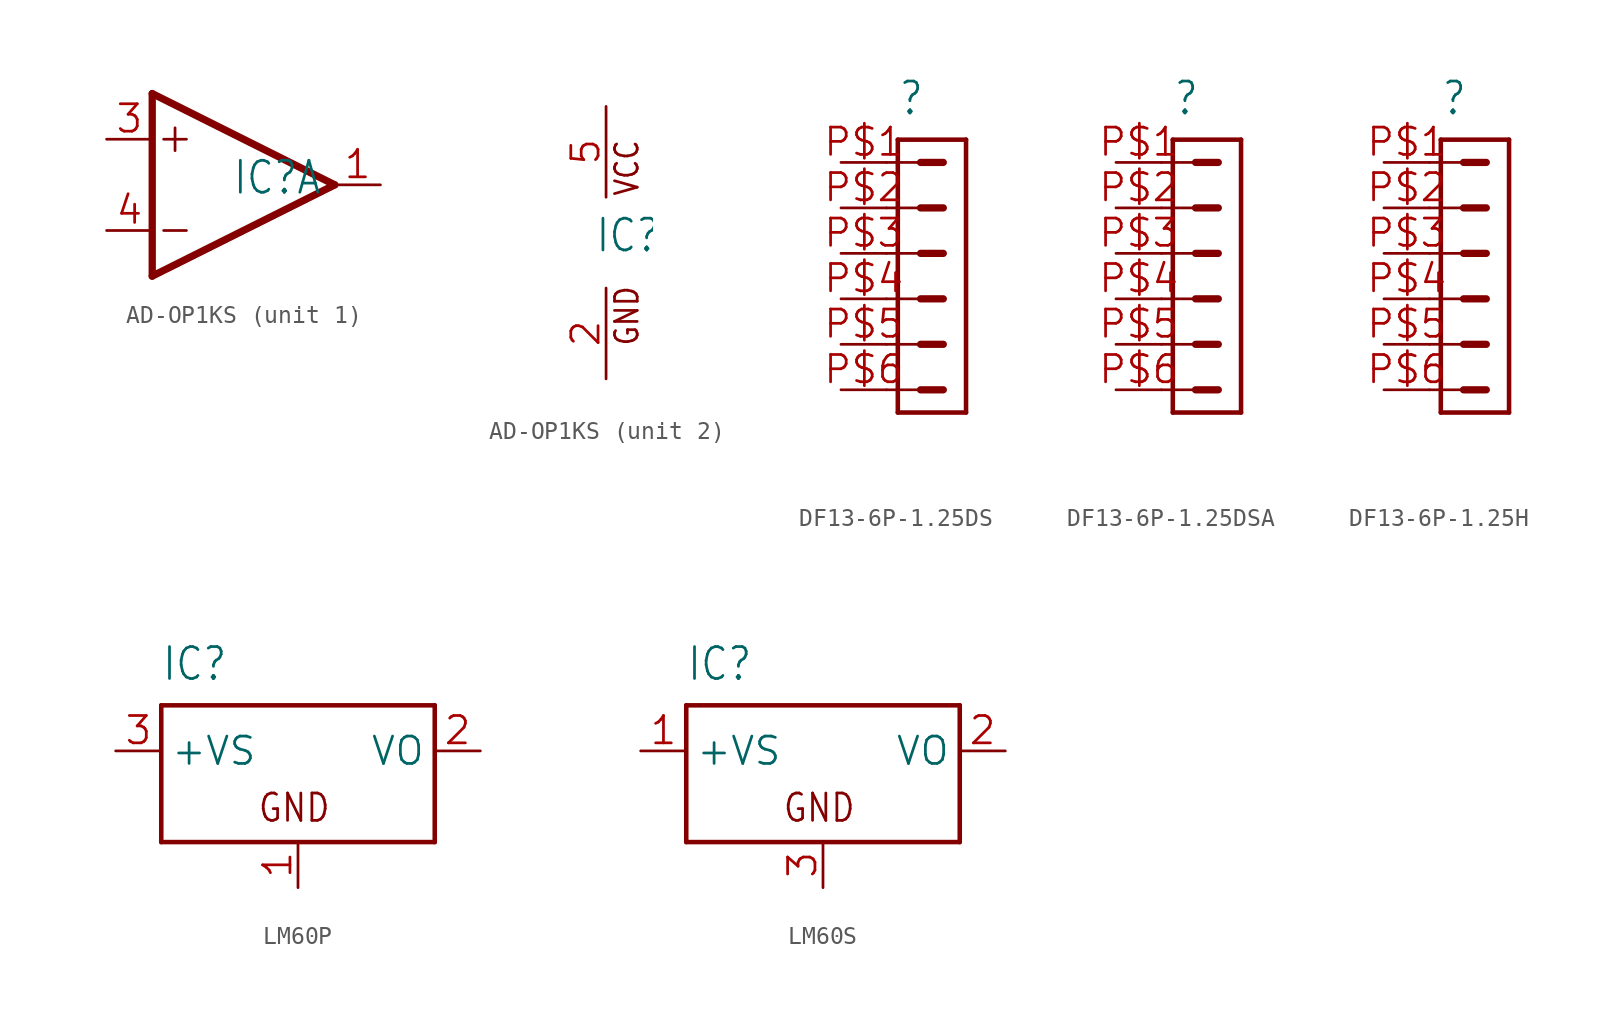
<source format=kicad_sym>
(kicad_symbol_lib
  (version 20241209)
  (generator "kicad_symbol_editor")
  (generator_version "9.0")
  (symbol "AD-OP1KS"
    (property "Reference" "IC"
      (at -0.635 -0.635 0)
      (effects (font (size 1.778 1.511)) (justify left bottom)))
    (property "ki_locked" ""
      (at 0 0 0)
      (effects (font (size 1.27 1.27))))
    (symbol "AD-OP1KS_1_0"
      (polyline (pts (xy -5.08 5.08) (xy -5.08 -5.08)) (stroke (width 0.406) (type solid)) (fill (type none)))
      (polyline (pts (xy -5.08 -5.08) (xy 5.08 0)) (stroke (width 0.406) (type solid)) (fill (type none)))
      (polyline (pts (xy -4.445 2.54) (xy -3.175 2.54)) (stroke (width 0.152) (type solid)) (fill (type none)))
      (polyline (pts (xy -4.445 -2.54) (xy -3.175 -2.54)) (stroke (width 0.152) (type solid)) (fill (type none)))
      (polyline (pts (xy -3.81 3.175) (xy -3.81 1.905)) (stroke (width 0.152) (type solid)) (fill (type none)))
      (polyline (pts (xy 5.08 0) (xy -5.08 5.08)) (stroke (width 0.406) (type solid)) (fill (type none)))
      (pin input line (at -7.62 2.54 0) (length 2.54) (name "+IN" (effects (font (size 0 0)))) (number "3" (effects (font (size 1.524 1.524)))))
      (pin input line (at -7.62 -2.54 0) (length 2.54) (name "-IN" (effects (font (size 0 0)))) (number "4" (effects (font (size 1.524 1.524)))))
      (pin output line (at 7.62 0 180) (length 2.54) (name "OUT" (effects (font (size 0 0)))) (number "1" (effects (font (size 1.524 1.524))))))
    (symbol "AD-OP1KS_2_0"
      (text "VCC" (at 1.905 2.54 900) (effects (font (size 1.27 1.079)) (justify left bottom)))
      (text "GND" (at 1.905 -5.842 900) (effects (font (size 1.27 1.079)) (justify left bottom)))
      (pin power_in line (at 0 7.62 270) (length 5.08) (name "VCC" (effects (font (size 0 0)))) (number "5" (effects (font (size 1.524 1.524)))))
      (pin power_in line (at 0 -7.62 90) (length 5.08) (name "GND" (effects (font (size 0 0)))) (number "2" (effects (font (size 1.524 1.524)))))))
  (symbol "DF13-6P-1.25DS"
    (property "Reference" ""
      (at -1.905 7.62 0)
      (effects (font (size 1.778 1.511)) (justify left bottom)))
    (property "Value" ""
      (at -1.905 -11.748 0)
      (effects (font (size 1.778 1.511)) (justify left bottom)))
    (property "ki_locked" ""
      (at 0 0 0)
      (effects (font (size 1.27 1.27))))
    (symbol "DF13-6P-1.25DS_1_0"
      (polyline (pts (xy -2.54 5.08) (xy -0.635 5.08)) (stroke (width 0.152) (type solid)) (fill (type none)))
      (polyline (pts (xy -2.54 2.54) (xy -0.635 2.54)) (stroke (width 0.152) (type solid)) (fill (type none)))
      (polyline (pts (xy -2.54 0) (xy -0.635 0)) (stroke (width 0.152) (type solid)) (fill (type none)))
      (polyline (pts (xy -2.54 -2.54) (xy -0.635 -2.54)) (stroke (width 0.152) (type solid)) (fill (type none)))
      (polyline (pts (xy -2.54 -5.08) (xy -0.635 -5.08)) (stroke (width 0.152) (type solid)) (fill (type none)))
      (polyline (pts (xy -2.54 -7.62) (xy -0.635 -7.62)) (stroke (width 0.152) (type solid)) (fill (type none)))
      (polyline (pts (xy -1.905 -8.89) (xy -1.905 6.35)) (stroke (width 0.254) (type solid)) (fill (type none)))
      (polyline (pts (xy -1.905 -8.89) (xy 1.905 -8.89)) (stroke (width 0.254) (type solid)) (fill (type none)))
      (polyline (pts (xy -0.635 5.08) (xy 0.635 5.08)) (stroke (width 0.406) (type solid)) (fill (type none)))
      (polyline (pts (xy -0.635 2.54) (xy 0.635 2.54)) (stroke (width 0.406) (type solid)) (fill (type none)))
      (polyline (pts (xy -0.635 0) (xy 0.635 0)) (stroke (width 0.406) (type solid)) (fill (type none)))
      (polyline (pts (xy -0.635 -2.54) (xy 0.635 -2.54)) (stroke (width 0.406) (type solid)) (fill (type none)))
      (polyline (pts (xy -0.635 -5.08) (xy 0.635 -5.08)) (stroke (width 0.406) (type solid)) (fill (type none)))
      (polyline (pts (xy -0.635 -7.62) (xy 0.635 -7.62)) (stroke (width 0.406) (type solid)) (fill (type none)))
      (polyline (pts (xy 1.905 6.35) (xy -1.905 6.35)) (stroke (width 0.254) (type solid)) (fill (type none)))
      (polyline (pts (xy 1.905 6.35) (xy 1.905 -8.89)) (stroke (width 0.254) (type solid)) (fill (type none)))
      (pin passive line (at -5.08 5.08 0) (length 2.54) (name "1" (effects (font (size 0 0)))) (number "P$1" (effects (font (size 1.524 1.524)))))
      (pin passive line (at -5.08 2.54 0) (length 2.54) (name "2" (effects (font (size 0 0)))) (number "P$2" (effects (font (size 1.524 1.524)))))
      (pin passive line (at -5.08 0 0) (length 2.54) (name "3" (effects (font (size 0 0)))) (number "P$3" (effects (font (size 1.524 1.524)))))
      (pin passive line (at -5.08 -2.54 0) (length 2.54) (name "4" (effects (font (size 0 0)))) (number "P$4" (effects (font (size 1.524 1.524)))))
      (pin passive line (at -5.08 -5.08 0) (length 2.54) (name "5" (effects (font (size 0 0)))) (number "P$5" (effects (font (size 1.524 1.524)))))
      (pin passive line (at -5.08 -7.62 0) (length 2.54) (name "6" (effects (font (size 0 0)))) (number "P$6" (effects (font (size 1.524 1.524)))))))
  (symbol "DF13-6P-1.25DSA"
    (property "Reference" ""
      (at -1.905 7.62 0)
      (effects (font (size 1.778 1.511)) (justify left bottom)))
    (property "Value" ""
      (at -1.905 -11.748 0)
      (effects (font (size 1.778 1.511)) (justify left bottom)))
    (property "ki_locked" ""
      (at 0 0 0)
      (effects (font (size 1.27 1.27))))
    (symbol "DF13-6P-1.25DSA_1_0"
      (polyline (pts (xy -2.54 5.08) (xy -0.635 5.08)) (stroke (width 0.152) (type solid)) (fill (type none)))
      (polyline (pts (xy -2.54 2.54) (xy -0.635 2.54)) (stroke (width 0.152) (type solid)) (fill (type none)))
      (polyline (pts (xy -2.54 0) (xy -0.635 0)) (stroke (width 0.152) (type solid)) (fill (type none)))
      (polyline (pts (xy -2.54 -2.54) (xy -0.635 -2.54)) (stroke (width 0.152) (type solid)) (fill (type none)))
      (polyline (pts (xy -2.54 -5.08) (xy -0.635 -5.08)) (stroke (width 0.152) (type solid)) (fill (type none)))
      (polyline (pts (xy -2.54 -7.62) (xy -0.635 -7.62)) (stroke (width 0.152) (type solid)) (fill (type none)))
      (polyline (pts (xy -1.905 -8.89) (xy -1.905 6.35)) (stroke (width 0.254) (type solid)) (fill (type none)))
      (polyline (pts (xy -1.905 -8.89) (xy 1.905 -8.89)) (stroke (width 0.254) (type solid)) (fill (type none)))
      (polyline (pts (xy -0.635 5.08) (xy 0.635 5.08)) (stroke (width 0.406) (type solid)) (fill (type none)))
      (polyline (pts (xy -0.635 2.54) (xy 0.635 2.54)) (stroke (width 0.406) (type solid)) (fill (type none)))
      (polyline (pts (xy -0.635 0) (xy 0.635 0)) (stroke (width 0.406) (type solid)) (fill (type none)))
      (polyline (pts (xy -0.635 -2.54) (xy 0.635 -2.54)) (stroke (width 0.406) (type solid)) (fill (type none)))
      (polyline (pts (xy -0.635 -5.08) (xy 0.635 -5.08)) (stroke (width 0.406) (type solid)) (fill (type none)))
      (polyline (pts (xy -0.635 -7.62) (xy 0.635 -7.62)) (stroke (width 0.406) (type solid)) (fill (type none)))
      (polyline (pts (xy 1.905 6.35) (xy -1.905 6.35)) (stroke (width 0.254) (type solid)) (fill (type none)))
      (polyline (pts (xy 1.905 6.35) (xy 1.905 -8.89)) (stroke (width 0.254) (type solid)) (fill (type none)))
      (pin passive line (at -5.08 5.08 0) (length 2.54) (name "1" (effects (font (size 0 0)))) (number "P$1" (effects (font (size 1.524 1.524)))))
      (pin passive line (at -5.08 2.54 0) (length 2.54) (name "2" (effects (font (size 0 0)))) (number "P$2" (effects (font (size 1.524 1.524)))))
      (pin passive line (at -5.08 0 0) (length 2.54) (name "3" (effects (font (size 0 0)))) (number "P$3" (effects (font (size 1.524 1.524)))))
      (pin passive line (at -5.08 -2.54 0) (length 2.54) (name "4" (effects (font (size 0 0)))) (number "P$4" (effects (font (size 1.524 1.524)))))
      (pin passive line (at -5.08 -5.08 0) (length 2.54) (name "5" (effects (font (size 0 0)))) (number "P$5" (effects (font (size 1.524 1.524)))))
      (pin passive line (at -5.08 -7.62 0) (length 2.54) (name "6" (effects (font (size 0 0)))) (number "P$6" (effects (font (size 1.524 1.524)))))))
  (symbol "DF13-6P-1.25H"
    (property "Reference" ""
      (at -1.905 7.62 0)
      (effects (font (size 1.778 1.511)) (justify left bottom)))
    (property "Value" ""
      (at -1.905 -11.748 0)
      (effects (font (size 1.778 1.511)) (justify left bottom)))
    (property "ki_locked" ""
      (at 0 0 0)
      (effects (font (size 1.27 1.27))))
    (symbol "DF13-6P-1.25H_1_0"
      (polyline (pts (xy -2.54 5.08) (xy -0.635 5.08)) (stroke (width 0.152) (type solid)) (fill (type none)))
      (polyline (pts (xy -2.54 2.54) (xy -0.635 2.54)) (stroke (width 0.152) (type solid)) (fill (type none)))
      (polyline (pts (xy -2.54 0) (xy -0.635 0)) (stroke (width 0.152) (type solid)) (fill (type none)))
      (polyline (pts (xy -2.54 -2.54) (xy -0.635 -2.54)) (stroke (width 0.152) (type solid)) (fill (type none)))
      (polyline (pts (xy -2.54 -5.08) (xy -0.635 -5.08)) (stroke (width 0.152) (type solid)) (fill (type none)))
      (polyline (pts (xy -2.54 -7.62) (xy -0.635 -7.62)) (stroke (width 0.152) (type solid)) (fill (type none)))
      (polyline (pts (xy -1.905 -8.89) (xy -1.905 6.35)) (stroke (width 0.254) (type solid)) (fill (type none)))
      (polyline (pts (xy -1.905 -8.89) (xy 1.905 -8.89)) (stroke (width 0.254) (type solid)) (fill (type none)))
      (polyline (pts (xy -0.635 5.08) (xy 0.635 5.08)) (stroke (width 0.406) (type solid)) (fill (type none)))
      (polyline (pts (xy -0.635 2.54) (xy 0.635 2.54)) (stroke (width 0.406) (type solid)) (fill (type none)))
      (polyline (pts (xy -0.635 0) (xy 0.635 0)) (stroke (width 0.406) (type solid)) (fill (type none)))
      (polyline (pts (xy -0.635 -2.54) (xy 0.635 -2.54)) (stroke (width 0.406) (type solid)) (fill (type none)))
      (polyline (pts (xy -0.635 -5.08) (xy 0.635 -5.08)) (stroke (width 0.406) (type solid)) (fill (type none)))
      (polyline (pts (xy -0.635 -7.62) (xy 0.635 -7.62)) (stroke (width 0.406) (type solid)) (fill (type none)))
      (polyline (pts (xy 1.905 6.35) (xy -1.905 6.35)) (stroke (width 0.254) (type solid)) (fill (type none)))
      (polyline (pts (xy 1.905 6.35) (xy 1.905 -8.89)) (stroke (width 0.254) (type solid)) (fill (type none)))
      (pin passive line (at -5.08 5.08 0) (length 2.54) (name "1" (effects (font (size 0 0)))) (number "P$1" (effects (font (size 1.524 1.524)))))
      (pin passive line (at -5.08 2.54 0) (length 2.54) (name "2" (effects (font (size 0 0)))) (number "P$2" (effects (font (size 1.524 1.524)))))
      (pin passive line (at -5.08 0 0) (length 2.54) (name "3" (effects (font (size 0 0)))) (number "P$3" (effects (font (size 1.524 1.524)))))
      (pin passive line (at -5.08 -2.54 0) (length 2.54) (name "4" (effects (font (size 0 0)))) (number "P$4" (effects (font (size 1.524 1.524)))))
      (pin passive line (at -5.08 -5.08 0) (length 2.54) (name "5" (effects (font (size 0 0)))) (number "P$5" (effects (font (size 1.524 1.524)))))
      (pin passive line (at -5.08 -7.62 0) (length 2.54) (name "6" (effects (font (size 0 0)))) (number "P$6" (effects (font (size 1.524 1.524)))))))
  (symbol "LM60P"
    (property "Reference" "IC"
      (at -7.62 3.81 0)
      (effects (font (size 1.778 1.511)) (justify left bottom)))
    (property "Value" ""
      (at 2.54 -7.62 0)
      (effects (font (size 1.778 1.511)) (justify left bottom)))
    (property "ki_locked" ""
      (at 0 0 0)
      (effects (font (size 1.27 1.27))))
    (symbol "LM60P_1_0"
      (polyline (pts (xy -7.62 2.54) (xy 7.62 2.54)) (stroke (width 0.254) (type solid)) (fill (type none)))
      (polyline (pts (xy -7.62 -5.08) (xy -7.62 2.54)) (stroke (width 0.254) (type solid)) (fill (type none)))
      (polyline (pts (xy 7.62 2.54) (xy 7.62 -5.08)) (stroke (width 0.254) (type solid)) (fill (type none)))
      (polyline (pts (xy 7.62 -5.08) (xy -7.62 -5.08)) (stroke (width 0.254) (type solid)) (fill (type none)))
      (text "GND" (at -2.286 -4.064 0) (effects (font (size 1.524 1.295)) (justify left bottom)))
      (pin input line (at -10.16 0 0) (length 2.54) (name "+VS" (effects (font (size 1.524 1.524)))) (number "3" (effects (font (size 1.524 1.524)))))
      (pin power_in line (at 0 -7.62 90) (length 2.54) (name "GND" (effects (font (size 0 0)))) (number "1" (effects (font (size 1.524 1.524)))))
      (pin input line (at 10.16 0 180) (length 2.54) (name "VO" (effects (font (size 1.524 1.524)))) (number "2" (effects (font (size 1.524 1.524)))))))
  (symbol "LM60S"
    (property "Reference" "IC"
      (at -7.62 3.81 0)
      (effects (font (size 1.778 1.511)) (justify left bottom)))
    (property "Value" ""
      (at 2.54 -7.62 0)
      (effects (font (size 1.778 1.511)) (justify left bottom)))
    (property "ki_locked" ""
      (at 0 0 0)
      (effects (font (size 1.27 1.27))))
    (symbol "LM60S_1_0"
      (polyline (pts (xy -7.62 2.54) (xy 7.62 2.54)) (stroke (width 0.254) (type solid)) (fill (type none)))
      (polyline (pts (xy -7.62 -5.08) (xy -7.62 2.54)) (stroke (width 0.254) (type solid)) (fill (type none)))
      (polyline (pts (xy 7.62 2.54) (xy 7.62 -5.08)) (stroke (width 0.254) (type solid)) (fill (type none)))
      (polyline (pts (xy 7.62 -5.08) (xy -7.62 -5.08)) (stroke (width 0.254) (type solid)) (fill (type none)))
      (text "GND" (at -2.286 -4.064 0) (effects (font (size 1.524 1.295)) (justify left bottom)))
      (pin input line (at -10.16 0 0) (length 2.54) (name "+VS" (effects (font (size 1.524 1.524)))) (number "1" (effects (font (size 1.524 1.524)))))
      (pin power_in line (at 0 -7.62 90) (length 2.54) (name "GND" (effects (font (size 0 0)))) (number "3" (effects (font (size 1.524 1.524)))))
      (pin input line (at 10.16 0 180) (length 2.54) (name "VO" (effects (font (size 1.524 1.524)))) (number "2" (effects (font (size 1.524 1.524))))))))
</source>
